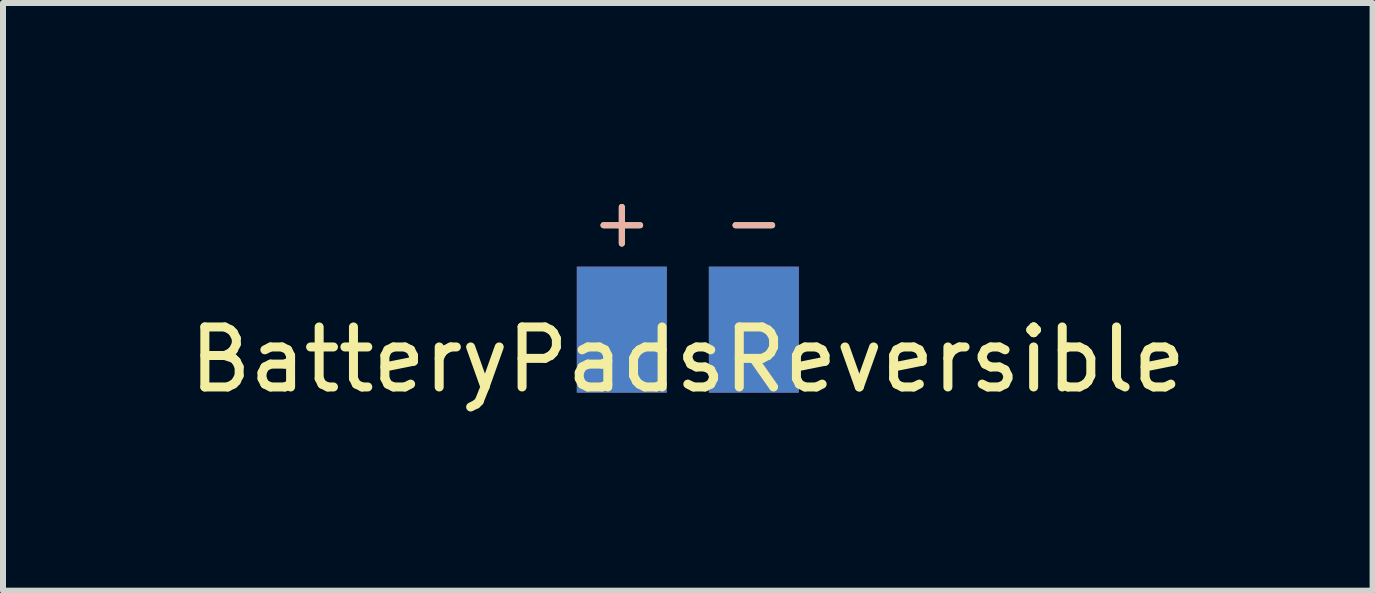
<source format=kicad_pcb>
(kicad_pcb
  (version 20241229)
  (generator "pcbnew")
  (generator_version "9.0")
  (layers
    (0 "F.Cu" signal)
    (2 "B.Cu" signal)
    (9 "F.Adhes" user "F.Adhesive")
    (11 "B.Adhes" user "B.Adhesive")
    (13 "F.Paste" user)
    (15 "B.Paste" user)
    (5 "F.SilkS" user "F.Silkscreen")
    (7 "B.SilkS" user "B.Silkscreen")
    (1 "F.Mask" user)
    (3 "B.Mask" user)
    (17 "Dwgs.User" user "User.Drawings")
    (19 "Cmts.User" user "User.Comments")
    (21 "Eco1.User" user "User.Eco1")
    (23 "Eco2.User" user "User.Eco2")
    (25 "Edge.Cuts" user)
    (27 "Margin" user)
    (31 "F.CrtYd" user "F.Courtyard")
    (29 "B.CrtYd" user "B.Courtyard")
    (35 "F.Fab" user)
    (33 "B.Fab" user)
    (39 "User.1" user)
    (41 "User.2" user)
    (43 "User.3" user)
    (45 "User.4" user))
  (footprint "BatteryPadsReversible"
    (layer "F.Cu")
    (at 8.411 2.443)
    (property "Reference" "BatteryPadsReversible" (at 0 0.5 0) (layer "F.SilkS") (effects (font (size 1 1) (thickness 0.15))))
    (fp_poly (pts (xy -0.401 -1) (xy -0.401 1) (xy -1.801 1) (xy -1.801 -1)) (stroke (width 0.1) (type solid)) (fill yes) (layer "F.Mask"))
    (fp_poly (pts (xy 1.8 -1) (xy 1.8 1) (xy 0.4 1) (xy 0.4 -1)) (stroke (width 0.1) (type solid)) (fill yes) (layer "F.Mask"))
    (fp_poly (pts (xy -1.8 -1) (xy -1.8 1) (xy -0.4 1) (xy -0.4 -1)) (stroke (width 0.1) (type solid)) (fill yes) (layer "B.Mask"))
    (fp_poly (pts (xy 0.4 -1) (xy 0.4 1) (xy 1.8 1) (xy 1.8 -1)) (stroke (width 0.1) (type solid)) (fill yes) (layer "B.Mask"))
    (fp_text user "+" (at -1.1 -1.8 0) (layer "F.SilkS") (effects (font (size 0.8 0.8) (thickness 0.1))))
    (fp_text user "-" (at 1.1 -1.8 0) (layer "F.SilkS") (effects (font (size 0.8 0.8) (thickness 0.1))))
    (fp_text user "-" (at 1.1 -1.8 0) (layer "B.SilkS") (effects (font (size 0.8 0.8) (thickness 0.1)) (justify mirror)))
    (fp_text user "+" (at -1.1 -1.8 0) (layer "B.SilkS") (effects (font (size 0.8 0.8) (thickness 0.1)) (justify mirror)))
    (pad "1" smd rect (at -1.1 0 180) (size 1.5 2.1) (layers "F.Cu"))
    (pad "1" smd rect (at -1.1 0) (size 1.5 2.1) (layers "B.Cu"))
    (pad "2" smd rect (at 1.1 0 180) (size 1.5 2.1) (layers "F.Cu"))
    (pad "2" smd rect (at 1.1 0) (size 1.5 2.1) (layers "B.Cu")))
  (gr_rect
    (start -3 -3)
    (end 19.821 6.792)
    (stroke (width 0.1) (type default))
    (fill no)
    (layer "Edge.Cuts")))
</source>
